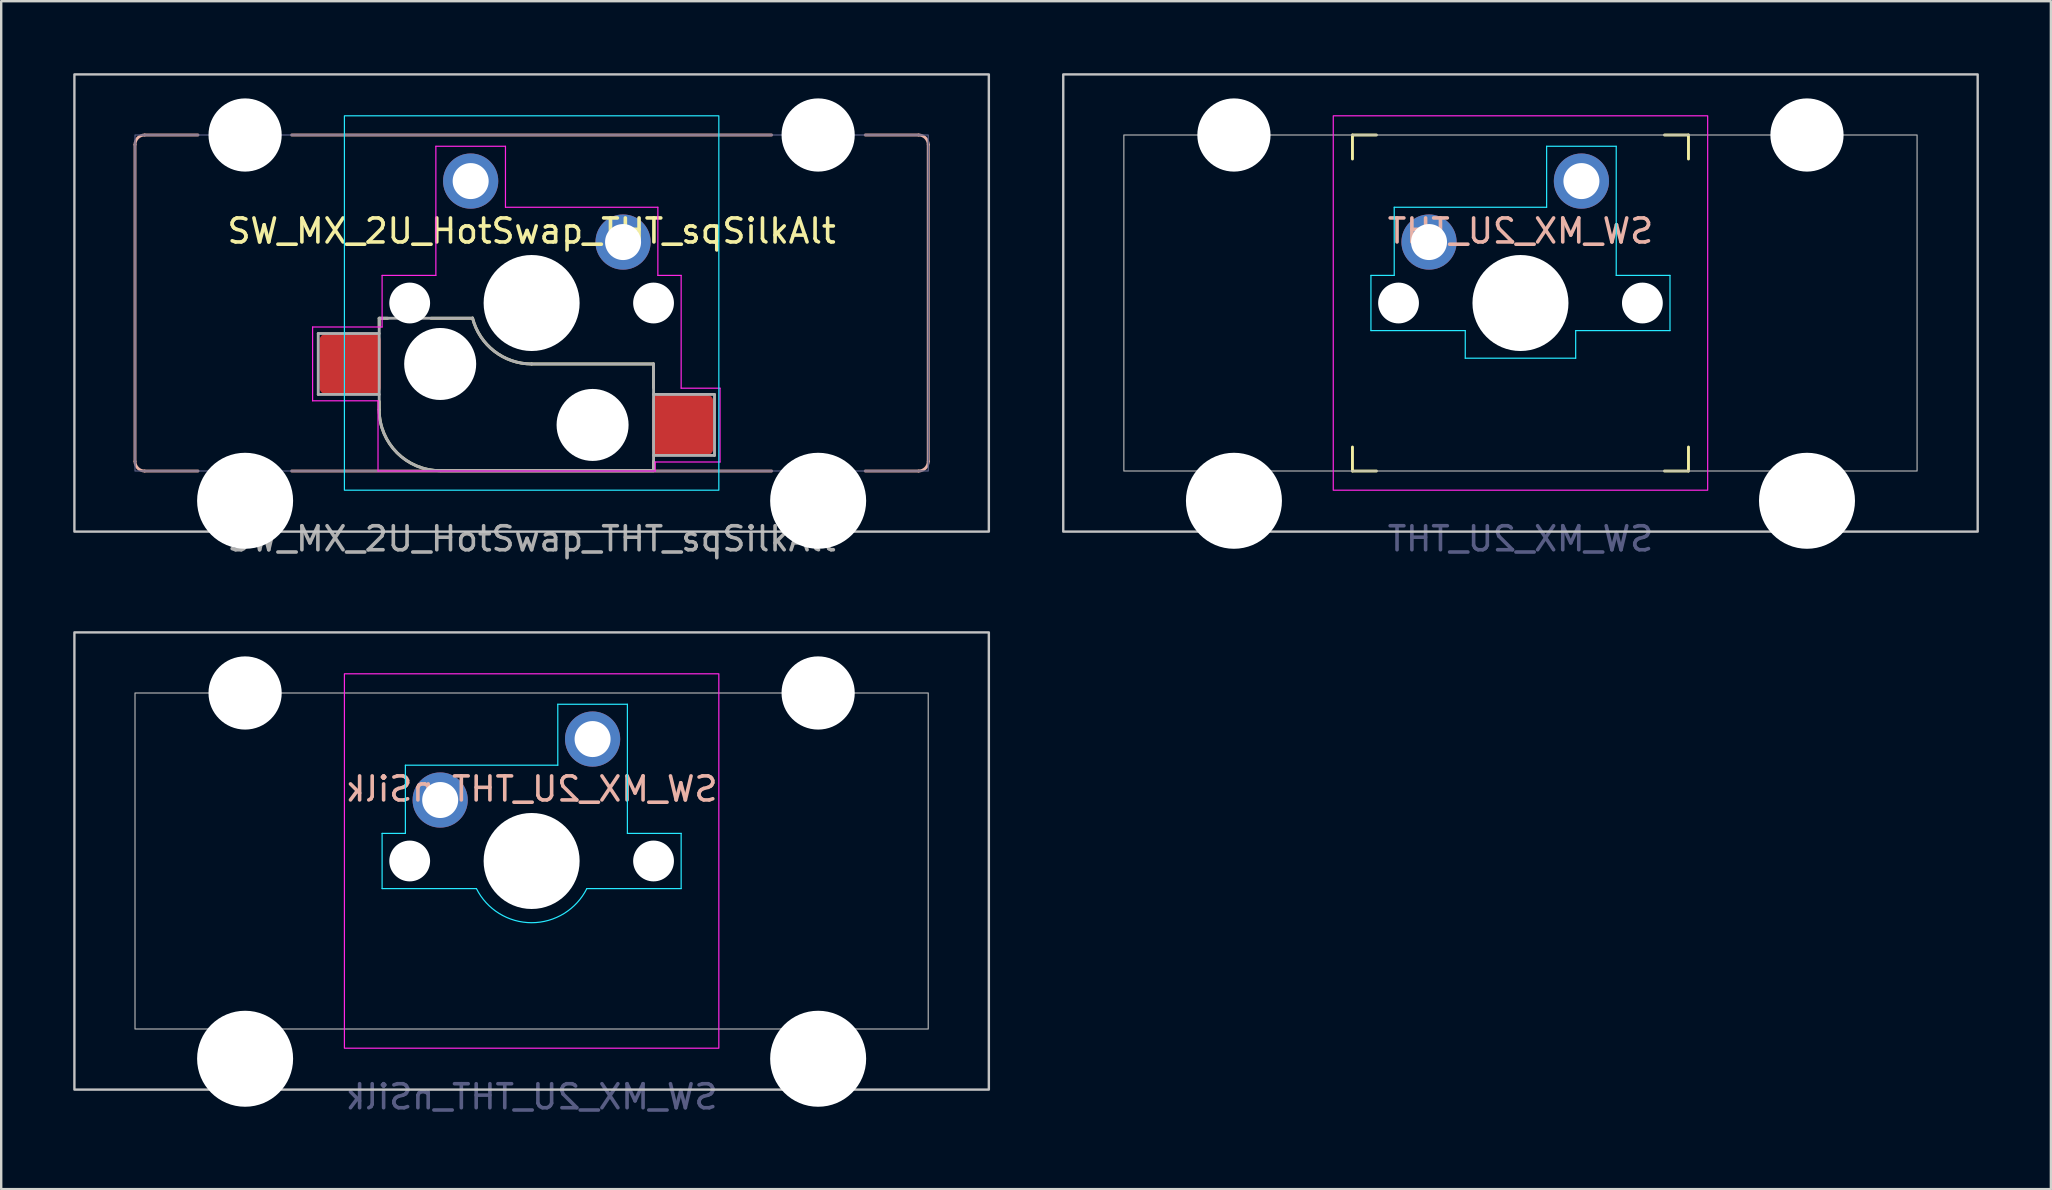
<source format=kicad_pcb>
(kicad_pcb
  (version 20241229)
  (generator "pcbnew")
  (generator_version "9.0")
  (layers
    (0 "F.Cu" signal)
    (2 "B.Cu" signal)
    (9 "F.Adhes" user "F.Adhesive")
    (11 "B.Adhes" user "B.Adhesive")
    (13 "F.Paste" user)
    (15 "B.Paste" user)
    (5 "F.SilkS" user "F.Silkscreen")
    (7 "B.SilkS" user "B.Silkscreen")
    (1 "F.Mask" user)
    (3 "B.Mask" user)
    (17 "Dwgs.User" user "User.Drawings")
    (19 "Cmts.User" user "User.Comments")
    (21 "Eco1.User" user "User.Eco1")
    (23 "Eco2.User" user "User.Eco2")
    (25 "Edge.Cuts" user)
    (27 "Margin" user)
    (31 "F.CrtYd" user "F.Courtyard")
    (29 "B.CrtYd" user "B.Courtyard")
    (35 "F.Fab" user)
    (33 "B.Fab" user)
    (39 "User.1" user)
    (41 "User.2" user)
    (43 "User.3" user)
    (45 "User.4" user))
  (footprint "SW_MX_2U_HotSwap_THT_sqSilkAlt"
    (layer "F.Cu")
    (at 19.1 9.575)
    (property "Reference" "SW_MX_2U_HotSwap_THT_sqSilkAlt" (at 0 -3 0) (layer "F.SilkS") (effects (font (size 1 1) (thickness 0.15))))
    (attr smd)
    (fp_line (start -6.35 1) (end -6.35 0.635) (stroke (width 0.12) (type solid)) (layer "F.SilkS"))
    (fp_line (start -6.35 4.445) (end -6.35 4.1) (stroke (width 0.12) (type solid)) (layer "F.SilkS"))
    (fp_line (start -6 0.635) (end -6.35 0.635) (stroke (width 0.12) (type solid)) (layer "F.SilkS"))
    (fp_line (start -3.81 6.985) (end 5.08 6.985) (stroke (width 0.12) (type solid)) (layer "F.SilkS"))
    (fp_line (start -2.464 0.635) (end -4.191 0.635) (stroke (width 0.12) (type solid)) (layer "F.SilkS"))
    (fp_line (start 5.08 2.54) (end 0 2.54) (stroke (width 0.12) (type solid)) (layer "F.SilkS"))
    (fp_line (start 5.08 2.54) (end 5.08 3.53) (stroke (width 0.12) (type default)) (layer "F.SilkS"))
    (fp_line (start 5.08 6.985) (end 5.08 6.604) (stroke (width 0.12) (type solid)) (layer "F.SilkS"))
    (fp_arc (start -3.81 6.984999) (mid -5.606051 6.24105) (end -6.35 4.444999) (stroke (width 0.12) (type solid)) (layer "F.SilkS"))
    (fp_arc (start 0 2.539999) (mid -1.555902 2.007678) (end -2.459645 0.633835) (stroke (width 0.12) (type default)) (layer "F.SilkS"))
    (fp_line (start -16.525 -6.6) (end -16.525 6.6) (stroke (width 0.12) (type default)) (layer "B.SilkS"))
    (fp_line (start -16.125 7) (end -13.9 7) (stroke (width 0.12) (type default)) (layer "B.SilkS"))
    (fp_line (start -13.9 -7) (end -16.125 -7) (stroke (width 0.12) (type default)) (layer "B.SilkS"))
    (fp_line (start -10 -7) (end 10 -7) (stroke (width 0.12) (type default)) (layer "B.SilkS"))
    (fp_line (start -10 7) (end 10 7) (stroke (width 0.12) (type default)) (layer "B.SilkS"))
    (fp_line (start 13.9 7) (end 16.125 7) (stroke (width 0.12) (type default)) (layer "B.SilkS"))
    (fp_line (start 16.125 -7) (end 13.9 -7) (stroke (width 0.12) (type default)) (layer "B.SilkS"))
    (fp_line (start 16.525 6.6) (end 16.525 -6.6) (stroke (width 0.12) (type default)) (layer "B.SilkS"))
    (fp_arc (start -16.525 -6.6) (mid -16.407843 -6.882843) (end -16.125 -7) (stroke (width 0.12) (type default)) (layer "B.SilkS"))
    (fp_arc (start -16.125 7) (mid -16.407843 6.882843) (end -16.525 6.6) (stroke (width 0.12) (type default)) (layer "B.SilkS"))
    (fp_arc (start 16.125 -7) (mid 16.407843 -6.882843) (end 16.525 -6.6) (stroke (width 0.12) (type default)) (layer "B.SilkS"))
    (fp_arc (start 16.525 6.6) (mid 16.407843 6.882843) (end 16.125 7) (stroke (width 0.12) (type default)) (layer "B.SilkS"))
    (fp_rect (start -19.05 -9.525) (end 19.05 9.525) (stroke (width 0.1) (type default)) (fill no) (layer "Dwgs.User"))
    (fp_rect (start -7.8 -7.8) (end 7.8 7.8) (stroke (width 0.05) (type default)) (fill no) (layer "B.CrtYd"))
    (fp_line (start -9.125 1) (end -9.125 4.075) (stroke (width 0.05) (type default)) (layer "F.CrtYd"))
    (fp_line (start -9.125 4.075) (end -6.4 4.075) (stroke (width 0.05) (type default)) (layer "F.CrtYd"))
    (fp_line (start -6.4 4.075) (end -6.4 7) (stroke (width 0.05) (type default)) (layer "F.CrtYd"))
    (fp_line (start -6.23 -1.15) (end -6.23 1) (stroke (width 0.05) (type default)) (layer "F.CrtYd"))
    (fp_line (start -6.23 1) (end -9.125 1) (stroke (width 0.05) (type default)) (layer "F.CrtYd"))
    (fp_line (start -3.99 -6.53) (end -3.99 -1.15) (stroke (width 0.05) (type default)) (layer "F.CrtYd"))
    (fp_line (start -3.99 -1.15) (end -6.23 -1.15) (stroke (width 0.05) (type default)) (layer "F.CrtYd"))
    (fp_line (start -1.09 -6.53) (end -3.99 -6.53) (stroke (width 0.05) (type default)) (layer "F.CrtYd"))
    (fp_line (start -1.09 -3.99) (end -1.09 -6.53) (stroke (width 0.05) (type default)) (layer "F.CrtYd"))
    (fp_line (start 5.15 6.625) (end 5.15 7) (stroke (width 0.05) (type default)) (layer "F.CrtYd"))
    (fp_line (start 5.15 7) (end -6.4 7) (stroke (width 0.05) (type default)) (layer "F.CrtYd"))
    (fp_line (start 5.26 -3.99) (end -1.09 -3.99) (stroke (width 0.05) (type default)) (layer "F.CrtYd"))
    (fp_line (start 5.26 -1.15) (end 5.26 -3.99) (stroke (width 0.05) (type default)) (layer "F.CrtYd"))
    (fp_line (start 6.23 -1.15) (end 5.26 -1.15) (stroke (width 0.05) (type default)) (layer "F.CrtYd"))
    (fp_line (start 6.23 -1.15) (end 6.23 3.55) (stroke (width 0.05) (type default)) (layer "F.CrtYd"))
    (fp_line (start 6.23 3.55) (end 7.85 3.55) (stroke (width 0.05) (type default)) (layer "F.CrtYd"))
    (fp_line (start 7.85 3.55) (end 7.85 6.625) (stroke (width 0.05) (type default)) (layer "F.CrtYd"))
    (fp_line (start 7.85 6.625) (end 5.15 6.625) (stroke (width 0.05) (type default)) (layer "F.CrtYd"))
    (fp_rect (start -16.525 -7) (end 16.525 7) (stroke (width 0.05) (type default)) (fill no) (layer "B.Fab"))
    (fp_line (start -8.89 1.27) (end -8.89 3.81) (stroke (width 0.12) (type solid)) (layer "F.Fab"))
    (fp_line (start -8.89 3.81) (end -6.35 3.81) (stroke (width 0.12) (type solid)) (layer "F.Fab"))
    (fp_line (start -6.35 0.635) (end -6.35 4.445) (stroke (width 0.12) (type solid)) (layer "F.Fab"))
    (fp_line (start -6.35 0.635) (end -2.54 0.635) (stroke (width 0.12) (type solid)) (layer "F.Fab"))
    (fp_line (start -6.35 1.27) (end -8.89 1.27) (stroke (width 0.12) (type solid)) (layer "F.Fab"))
    (fp_line (start -3.81 6.985) (end 5.08 6.985) (stroke (width 0.12) (type solid)) (layer "F.Fab"))
    (fp_line (start 5.08 2.54) (end 0 2.54) (stroke (width 0.12) (type solid)) (layer "F.Fab"))
    (fp_line (start 5.08 6.35) (end 7.62 6.35) (stroke (width 0.12) (type solid)) (layer "F.Fab"))
    (fp_line (start 5.08 6.985) (end 5.08 2.54) (stroke (width 0.12) (type solid)) (layer "F.Fab"))
    (fp_line (start 7.62 3.81) (end 5.08 3.81) (stroke (width 0.12) (type solid)) (layer "F.Fab"))
    (fp_line (start 7.62 6.35) (end 7.62 3.81) (stroke (width 0.12) (type solid)) (layer "F.Fab"))
    (fp_arc (start -3.81 6.984999) (mid -5.606051 6.24105) (end -6.35 4.444999) (stroke (width 0.12) (type solid)) (layer "F.Fab"))
    (fp_arc (start 0 2.539999) (mid -1.563147 2.002041) (end -2.464162 0.616039) (stroke (width 0.12) (type solid)) (layer "F.Fab"))
    (fp_text user "${REFERENCE}" (at 0 9.825 0) (layer "F.Fab") (effects (font (size 1 1) (thickness 0.15))))
    (pad "" np_thru_hole circle (at -11.938 -7) (size 3.05 3.05) (drill 3.05) (layers "*.Cu" "*.Mask"))
    (pad "" np_thru_hole circle (at -11.938 8.24) (size 4 4) (drill 4) (layers "*.Cu" "*.Mask"))
    (pad "" np_thru_hole circle (at -5.08 0) (size 1.7 1.7) (drill 1.7) (layers "*.Cu" "*.Mask"))
    (pad "" np_thru_hole circle (at -3.81 2.54 180) (size 3 3) (drill 3) (layers "*.Cu" "*.Mask"))
    (pad "" np_thru_hole circle (at 0 0) (size 4 4) (drill 4) (layers "*.Cu" "*.Mask"))
    (pad "" np_thru_hole circle (at 2.54 5.08 180) (size 3 3) (drill 3) (layers "*.Cu" "*.Mask"))
    (pad "" np_thru_hole circle (at 5.08 0) (size 1.7 1.7) (drill 1.7) (layers "*.Cu" "*.Mask"))
    (pad "" np_thru_hole circle (at 11.938 -7) (size 3.05 3.05) (drill 3.05) (layers "*.Cu" "*.Mask"))
    (pad "" np_thru_hole circle (at 11.938 8.24) (size 4 4) (drill 4) (layers "*.Cu" "*.Mask"))
    (pad "1" smd roundrect (at -7.56 2.54 180) (size 2.55 2.5) (layers "F.Cu" "F.Mask" "F.Paste") (roundrect_rratio 0.1))
    (pad "1" thru_hole circle (at -2.54 -5.08) (size 2.3 2.3) (drill 1.5) (layers "*.Cu" "*.Mask"))
    (pad "2" thru_hole circle (at 3.81 -2.54) (size 2.3 2.3) (drill 1.5) (layers "*.Cu" "*.Mask"))
    (pad "2" smd roundrect (at 6.29 5.08 180) (size 2.55 2.5) (layers "F.Cu" "F.Mask" "F.Paste") (roundrect_rratio 0.1)))
  (footprint "SW_MX_2U_THT"
    (layer "F.Cu")
    (at 60.3 9.575)
    (property "Reference" "SW_MX_2U_THT" (at 0 -3 0) (unlocked yes) (layer "B.SilkS") (effects (font (size 1 1) (thickness 0.15)) (justify mirror)))
    (attr through_hole)
    (fp_line (start -7 -7) (end -7 -6) (stroke (width 0.12) (type solid)) (layer "F.SilkS"))
    (fp_line (start -7 7) (end -7 6) (stroke (width 0.12) (type solid)) (layer "F.SilkS"))
    (fp_line (start -7 7) (end -6 7) (stroke (width 0.12) (type solid)) (layer "F.SilkS"))
    (fp_line (start -6 -7) (end -7 -7) (stroke (width 0.12) (type solid)) (layer "F.SilkS"))
    (fp_line (start 6 7) (end 7 7) (stroke (width 0.12) (type solid)) (layer "F.SilkS"))
    (fp_line (start 7 -7) (end 6 -7) (stroke (width 0.12) (type solid)) (layer "F.SilkS"))
    (fp_line (start 7 -6) (end 7 -7) (stroke (width 0.12) (type solid)) (layer "F.SilkS"))
    (fp_line (start 7 7) (end 7 6) (stroke (width 0.12) (type solid)) (layer "F.SilkS"))
    (fp_rect (start -19.05 -9.525) (end 19.05 9.525) (stroke (width 0.1) (type default)) (fill no) (layer "Dwgs.User"))
    (fp_line (start -6.23 -1.15) (end -6.23 1.15) (stroke (width 0.05) (type default)) (layer "B.CrtYd"))
    (fp_line (start -6.23 -1.15) (end -5.26 -1.15) (stroke (width 0.05) (type default)) (layer "B.CrtYd"))
    (fp_line (start -6.23 1.15) (end -2.3 1.15) (stroke (width 0.05) (type default)) (layer "B.CrtYd"))
    (fp_line (start -5.26 -3.99) (end 1.09 -3.99) (stroke (width 0.05) (type default)) (layer "B.CrtYd"))
    (fp_line (start -5.26 -1.15) (end -5.26 -3.99) (stroke (width 0.05) (type default)) (layer "B.CrtYd"))
    (fp_line (start -2.3 1.15) (end -2.3 2.3) (stroke (width 0.05) (type default)) (layer "B.CrtYd"))
    (fp_line (start -2.3 2.3) (end 2.3 2.3) (stroke (width 0.05) (type default)) (layer "B.CrtYd"))
    (fp_line (start 1.09 -6.53) (end 3.99 -6.53) (stroke (width 0.05) (type default)) (layer "B.CrtYd"))
    (fp_line (start 1.09 -3.99) (end 1.09 -6.53) (stroke (width 0.05) (type default)) (layer "B.CrtYd"))
    (fp_line (start 2.3 1.15) (end 2.3 2.3) (stroke (width 0.05) (type default)) (layer "B.CrtYd"))
    (fp_line (start 3.99 -6.53) (end 3.99 -1.15) (stroke (width 0.05) (type default)) (layer "B.CrtYd"))
    (fp_line (start 3.99 -1.15) (end 6.23 -1.15) (stroke (width 0.05) (type default)) (layer "B.CrtYd"))
    (fp_line (start 6.23 -1.15) (end 6.23 1.15) (stroke (width 0.05) (type default)) (layer "B.CrtYd"))
    (fp_line (start 6.23 1.15) (end 2.3 1.15) (stroke (width 0.05) (type default)) (layer "B.CrtYd"))
    (fp_rect (start -7.8 -7.8) (end 7.8 7.8) (stroke (width 0.05) (type default)) (fill no) (layer "F.CrtYd"))
    (fp_rect (start -16.525 -7) (end 16.525 7) (stroke (width 0.05) (type default)) (fill no) (layer "F.Fab"))
    (fp_text user "${REFERENCE}" (at 0 9.825 0) (layer "B.Fab") (effects (font (size 1 1) (thickness 0.15)) (justify mirror)))
    (pad "" np_thru_hole circle (at -11.938 -7) (size 3.05 3.05) (drill 3.05) (layers "*.Cu" "*.Mask"))
    (pad "" np_thru_hole circle (at -11.938 8.24) (size 4 4) (drill 4) (layers "*.Cu" "*.Mask"))
    (pad "" np_thru_hole circle (at -5.08 0) (size 1.7 1.7) (drill 1.7) (layers "*.Cu" "*.Mask"))
    (pad "" np_thru_hole circle (at 0 0) (size 4 4) (drill 4) (layers "*.Cu" "*.Mask"))
    (pad "" np_thru_hole circle (at 5.08 0) (size 1.7 1.7) (drill 1.7) (layers "*.Cu" "*.Mask"))
    (pad "" np_thru_hole circle (at 11.938 -7) (size 3.05 3.05) (drill 3.05) (layers "*.Cu" "*.Mask"))
    (pad "" np_thru_hole circle (at 11.938 8.24) (size 4 4) (drill 4) (layers "*.Cu" "*.Mask"))
    (pad "1" thru_hole circle (at 2.54 -5.08) (size 2.3 2.3) (drill 1.5) (layers "*.Cu" "*.Mask"))
    (pad "2" thru_hole circle (at -3.81 -2.54) (size 2.3 2.3) (drill 1.5) (layers "*.Cu" "*.Mask")))
  (footprint "SW_MX_2U_THT_nSilk"
    (layer "F.Cu")
    (at 19.1 32.823)
    (property "Reference" "SW_MX_2U_THT_nSilk" (at 0 -3 0) (unlocked yes) (layer "B.SilkS") (effects (font (size 1 1) (thickness 0.15)) (justify mirror)))
    (attr through_hole)
    (fp_rect (start -19.05 -9.525) (end 19.05 9.525) (stroke (width 0.1) (type default)) (fill no) (layer "Dwgs.User"))
    (fp_line (start -6.23 -1.15) (end -6.23 1.15) (stroke (width 0.05) (type default)) (layer "B.CrtYd"))
    (fp_line (start -6.23 -1.15) (end -5.26 -1.15) (stroke (width 0.05) (type default)) (layer "B.CrtYd"))
    (fp_line (start -6.23 1.15) (end -2.3 1.15) (stroke (width 0.05) (type default)) (layer "B.CrtYd"))
    (fp_line (start -5.26 -3.99) (end 1.09 -3.99) (stroke (width 0.05) (type default)) (layer "B.CrtYd"))
    (fp_line (start -5.26 -1.15) (end -5.26 -3.99) (stroke (width 0.05) (type default)) (layer "B.CrtYd"))
    (fp_line (start 1.09 -6.53) (end 3.99 -6.53) (stroke (width 0.05) (type default)) (layer "B.CrtYd"))
    (fp_line (start 1.09 -3.99) (end 1.09 -6.53) (stroke (width 0.05) (type default)) (layer "B.CrtYd"))
    (fp_line (start 3.99 -6.53) (end 3.99 -1.15) (stroke (width 0.05) (type default)) (layer "B.CrtYd"))
    (fp_line (start 3.99 -1.15) (end 6.23 -1.15) (stroke (width 0.05) (type default)) (layer "B.CrtYd"))
    (fp_line (start 6.23 -1.15) (end 6.23 1.15) (stroke (width 0.05) (type default)) (layer "B.CrtYd"))
    (fp_line (start 6.23 1.15) (end 2.3 1.15) (stroke (width 0.05) (type default)) (layer "B.CrtYd"))
    (fp_arc (start 2.3 1.15) (mid 0 2.571478) (end -2.3 1.15) (stroke (width 0.05) (type default)) (layer "B.CrtYd"))
    (fp_rect (start -7.8 -7.8) (end 7.8 7.8) (stroke (width 0.05) (type default)) (fill no) (layer "F.CrtYd"))
    (fp_rect (start -16.525 -7) (end 16.525 7) (stroke (width 0.05) (type default)) (fill no) (layer "F.Fab"))
    (fp_text user "${REFERENCE}" (at 0 9.825 0) (layer "B.Fab") (effects (font (size 1 1) (thickness 0.15)) (justify mirror)))
    (pad "" np_thru_hole circle (at -11.938 -7) (size 3.05 3.05) (drill 3.05) (layers "*.Cu" "*.Mask"))
    (pad "" np_thru_hole circle (at -11.938 8.24) (size 4 4) (drill 4) (layers "*.Cu" "*.Mask"))
    (pad "" np_thru_hole circle (at -5.08 0) (size 1.7 1.7) (drill 1.7) (layers "*.Cu" "*.Mask"))
    (pad "" np_thru_hole circle (at 0 0) (size 4 4) (drill 4) (layers "*.Cu" "*.Mask"))
    (pad "" np_thru_hole circle (at 5.08 0) (size 1.7 1.7) (drill 1.7) (layers "*.Cu" "*.Mask"))
    (pad "" np_thru_hole circle (at 11.938 -7) (size 3.05 3.05) (drill 3.05) (layers "*.Cu" "*.Mask"))
    (pad "" np_thru_hole circle (at 11.938 8.24) (size 4 4) (drill 4) (layers "*.Cu" "*.Mask"))
    (pad "1" thru_hole circle (at 2.54 -5.08) (size 2.3 2.3) (drill 1.5) (layers "*.Cu" "*.Mask"))
    (pad "2" thru_hole circle (at -3.81 -2.54) (size 2.3 2.3) (drill 1.5) (layers "*.Cu" "*.Mask")))
  (gr_rect
    (start -3 -3)
    (end 82.4 46.496)
    (stroke (width 0.1) (type default))
    (fill no)
    (layer "Edge.Cuts")))
</source>
